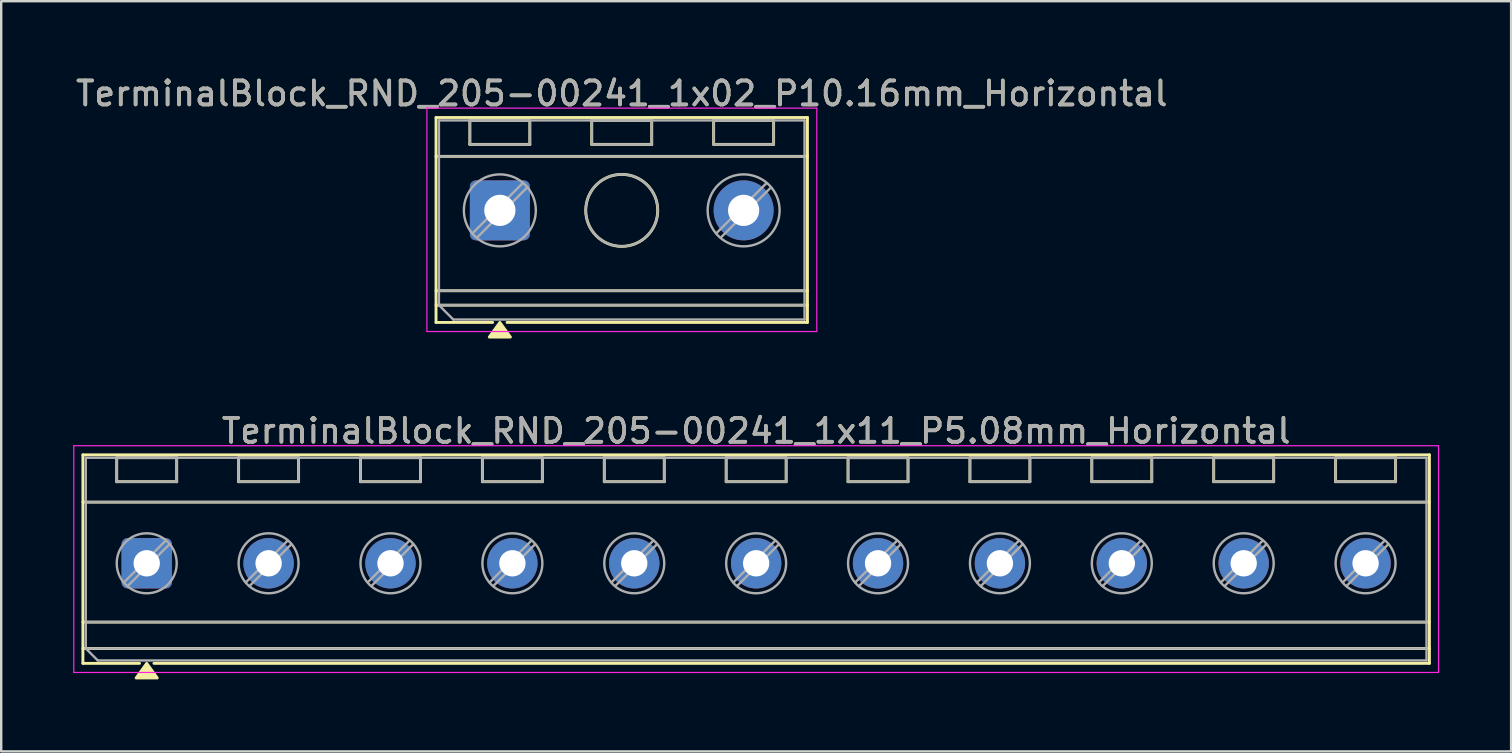
<source format=kicad_pcb>
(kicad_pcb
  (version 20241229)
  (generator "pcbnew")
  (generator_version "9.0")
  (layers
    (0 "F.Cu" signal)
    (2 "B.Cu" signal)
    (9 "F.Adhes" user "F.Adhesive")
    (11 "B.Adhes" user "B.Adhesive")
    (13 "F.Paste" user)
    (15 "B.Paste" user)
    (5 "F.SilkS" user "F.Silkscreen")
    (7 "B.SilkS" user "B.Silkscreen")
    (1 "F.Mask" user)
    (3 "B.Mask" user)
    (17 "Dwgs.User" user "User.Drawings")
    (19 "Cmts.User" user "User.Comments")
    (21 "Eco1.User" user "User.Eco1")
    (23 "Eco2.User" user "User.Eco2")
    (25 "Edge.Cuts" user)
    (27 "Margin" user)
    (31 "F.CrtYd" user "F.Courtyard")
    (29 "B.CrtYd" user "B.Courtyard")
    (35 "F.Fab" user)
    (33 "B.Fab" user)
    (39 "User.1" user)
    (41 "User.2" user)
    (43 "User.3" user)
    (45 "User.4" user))
  (footprint "TerminalBlock_RND_205-00241_1x11_P5.08mm_Horizontal"
    (layer "F.Cu")
    (at 3.065 20.427)
    (property "Reference" "TerminalBlock_RND_205-00241_1x11_P5.08mm_Horizontal" (at 25.4 -5.52 0) (layer "F.SilkS") (effects (font (size 1 1) (thickness 0.15))))
    (attr through_hole)
    (fp_line (start -2.66 -4.52) (end -2.66 4.17) (stroke (width 0.12) (type solid)) (layer "F.SilkS"))
    (fp_line (start -2.66 -4.52) (end 53.46 -4.52) (stroke (width 0.12) (type solid)) (layer "F.SilkS"))
    (fp_line (start -2.66 -2.55) (end 53.46 -2.55) (stroke (width 0.12) (type solid)) (layer "F.SilkS"))
    (fp_line (start -2.66 2.45) (end 53.46 2.45) (stroke (width 0.12) (type solid)) (layer "F.SilkS"))
    (fp_line (start -2.66 3.55) (end 53.46 3.55) (stroke (width 0.12) (type solid)) (layer "F.SilkS"))
    (fp_line (start -2.66 4.17) (end -0.3 4.17) (stroke (width 0.12) (type solid)) (layer "F.SilkS"))
    (fp_line (start -1.25 -4.4) (end -1.25 -3.4) (stroke (width 0.12) (type solid)) (layer "F.SilkS"))
    (fp_line (start -1.25 -4.4) (end 1.25 -4.4) (stroke (width 0.12) (type solid)) (layer "F.SilkS"))
    (fp_line (start -1.25 -3.4) (end 1.25 -3.4) (stroke (width 0.12) (type solid)) (layer "F.SilkS"))
    (fp_line (start 0.3 4.17) (end 53.46 4.17) (stroke (width 0.12) (type solid)) (layer "F.SilkS"))
    (fp_line (start 1.25 -4.4) (end 1.25 -3.4) (stroke (width 0.12) (type solid)) (layer "F.SilkS"))
    (fp_line (start 3.83 -4.4) (end 3.83 -3.4) (stroke (width 0.12) (type solid)) (layer "F.SilkS"))
    (fp_line (start 3.83 -4.4) (end 6.33 -4.4) (stroke (width 0.12) (type solid)) (layer "F.SilkS"))
    (fp_line (start 3.83 -3.4) (end 6.33 -3.4) (stroke (width 0.12) (type solid)) (layer "F.SilkS"))
    (fp_line (start 6.33 -4.4) (end 6.33 -3.4) (stroke (width 0.12) (type solid)) (layer "F.SilkS"))
    (fp_line (start 8.91 -4.4) (end 8.91 -3.4) (stroke (width 0.12) (type solid)) (layer "F.SilkS"))
    (fp_line (start 8.91 -4.4) (end 11.41 -4.4) (stroke (width 0.12) (type solid)) (layer "F.SilkS"))
    (fp_line (start 8.91 -3.4) (end 11.41 -3.4) (stroke (width 0.12) (type solid)) (layer "F.SilkS"))
    (fp_line (start 11.41 -4.4) (end 11.41 -3.4) (stroke (width 0.12) (type solid)) (layer "F.SilkS"))
    (fp_line (start 13.99 -4.4) (end 13.99 -3.4) (stroke (width 0.12) (type solid)) (layer "F.SilkS"))
    (fp_line (start 13.99 -4.4) (end 16.49 -4.4) (stroke (width 0.12) (type solid)) (layer "F.SilkS"))
    (fp_line (start 13.99 -3.4) (end 16.49 -3.4) (stroke (width 0.12) (type solid)) (layer "F.SilkS"))
    (fp_line (start 16.49 -4.4) (end 16.49 -3.4) (stroke (width 0.12) (type solid)) (layer "F.SilkS"))
    (fp_line (start 19.07 -4.4) (end 19.07 -3.4) (stroke (width 0.12) (type solid)) (layer "F.SilkS"))
    (fp_line (start 19.07 -4.4) (end 21.57 -4.4) (stroke (width 0.12) (type solid)) (layer "F.SilkS"))
    (fp_line (start 19.07 -3.4) (end 21.57 -3.4) (stroke (width 0.12) (type solid)) (layer "F.SilkS"))
    (fp_line (start 21.57 -4.4) (end 21.57 -3.4) (stroke (width 0.12) (type solid)) (layer "F.SilkS"))
    (fp_line (start 24.15 -4.4) (end 24.15 -3.4) (stroke (width 0.12) (type solid)) (layer "F.SilkS"))
    (fp_line (start 24.15 -4.4) (end 26.65 -4.4) (stroke (width 0.12) (type solid)) (layer "F.SilkS"))
    (fp_line (start 24.15 -3.4) (end 26.65 -3.4) (stroke (width 0.12) (type solid)) (layer "F.SilkS"))
    (fp_line (start 26.65 -4.4) (end 26.65 -3.4) (stroke (width 0.12) (type solid)) (layer "F.SilkS"))
    (fp_line (start 29.23 -4.4) (end 29.23 -3.4) (stroke (width 0.12) (type solid)) (layer "F.SilkS"))
    (fp_line (start 29.23 -4.4) (end 31.73 -4.4) (stroke (width 0.12) (type solid)) (layer "F.SilkS"))
    (fp_line (start 29.23 -3.4) (end 31.73 -3.4) (stroke (width 0.12) (type solid)) (layer "F.SilkS"))
    (fp_line (start 31.73 -4.4) (end 31.73 -3.4) (stroke (width 0.12) (type solid)) (layer "F.SilkS"))
    (fp_line (start 34.31 -4.4) (end 34.31 -3.4) (stroke (width 0.12) (type solid)) (layer "F.SilkS"))
    (fp_line (start 34.31 -4.4) (end 36.81 -4.4) (stroke (width 0.12) (type solid)) (layer "F.SilkS"))
    (fp_line (start 34.31 -3.4) (end 36.81 -3.4) (stroke (width 0.12) (type solid)) (layer "F.SilkS"))
    (fp_line (start 36.81 -4.4) (end 36.81 -3.4) (stroke (width 0.12) (type solid)) (layer "F.SilkS"))
    (fp_line (start 39.39 -4.4) (end 39.39 -3.4) (stroke (width 0.12) (type solid)) (layer "F.SilkS"))
    (fp_line (start 39.39 -4.4) (end 41.89 -4.4) (stroke (width 0.12) (type solid)) (layer "F.SilkS"))
    (fp_line (start 39.39 -3.4) (end 41.89 -3.4) (stroke (width 0.12) (type solid)) (layer "F.SilkS"))
    (fp_line (start 41.89 -4.4) (end 41.89 -3.4) (stroke (width 0.12) (type solid)) (layer "F.SilkS"))
    (fp_line (start 44.47 -4.4) (end 44.47 -3.4) (stroke (width 0.12) (type solid)) (layer "F.SilkS"))
    (fp_line (start 44.47 -4.4) (end 46.97 -4.4) (stroke (width 0.12) (type solid)) (layer "F.SilkS"))
    (fp_line (start 44.47 -3.4) (end 46.97 -3.4) (stroke (width 0.12) (type solid)) (layer "F.SilkS"))
    (fp_line (start 46.97 -4.4) (end 46.97 -3.4) (stroke (width 0.12) (type solid)) (layer "F.SilkS"))
    (fp_line (start 49.55 -4.4) (end 49.55 -3.4) (stroke (width 0.12) (type solid)) (layer "F.SilkS"))
    (fp_line (start 49.55 -4.4) (end 52.05 -4.4) (stroke (width 0.12) (type solid)) (layer "F.SilkS"))
    (fp_line (start 49.55 -3.4) (end 52.05 -3.4) (stroke (width 0.12) (type solid)) (layer "F.SilkS"))
    (fp_line (start 52.05 -4.4) (end 52.05 -3.4) (stroke (width 0.12) (type solid)) (layer "F.SilkS"))
    (fp_line (start 53.46 -4.52) (end 53.46 4.17) (stroke (width 0.12) (type solid)) (layer "F.SilkS"))
    (fp_poly (pts (xy 0 4.17) (xy 0.44 4.78) (xy -0.44 4.78)) (stroke (width 0.12) (type solid)) (fill yes) (layer "F.SilkS"))
    (fp_line (start -3.04 -4.9) (end -3.04 4.55) (stroke (width 0.05) (type solid)) (layer "F.CrtYd"))
    (fp_line (start -3.04 4.55) (end 53.84 4.55) (stroke (width 0.05) (type solid)) (layer "F.CrtYd"))
    (fp_line (start 53.84 -4.9) (end -3.04 -4.9) (stroke (width 0.05) (type solid)) (layer "F.CrtYd"))
    (fp_line (start 53.84 4.55) (end 53.84 -4.9) (stroke (width 0.05) (type solid)) (layer "F.CrtYd"))
    (fp_line (start -2.54 -4.4) (end 53.34 -4.4) (stroke (width 0.1) (type solid)) (layer "F.Fab"))
    (fp_line (start -2.54 -2.55) (end 53.34 -2.55) (stroke (width 0.1) (type solid)) (layer "F.Fab"))
    (fp_line (start -2.54 2.45) (end 53.34 2.45) (stroke (width 0.1) (type solid)) (layer "F.Fab"))
    (fp_line (start -2.54 3.55) (end -2.54 -4.4) (stroke (width 0.1) (type solid)) (layer "F.Fab"))
    (fp_line (start -2.54 3.55) (end 53.34 3.55) (stroke (width 0.1) (type solid)) (layer "F.Fab"))
    (fp_line (start -2.04 4.05) (end -2.54 3.55) (stroke (width 0.1) (type solid)) (layer "F.Fab"))
    (fp_line (start -1.25 -4.4) (end -1.25 -3.4) (stroke (width 0.1) (type solid)) (layer "F.Fab"))
    (fp_line (start -1.25 -3.4) (end 1.25 -3.4) (stroke (width 0.1) (type solid)) (layer "F.Fab"))
    (fp_line (start 0.796 -0.948) (end -0.948 0.795) (stroke (width 0.1) (type solid)) (layer "F.Fab"))
    (fp_line (start 0.948 -0.795) (end -0.796 0.948) (stroke (width 0.1) (type solid)) (layer "F.Fab"))
    (fp_line (start 1.25 -4.4) (end -1.25 -4.4) (stroke (width 0.1) (type solid)) (layer "F.Fab"))
    (fp_line (start 1.25 -3.4) (end 1.25 -4.4) (stroke (width 0.1) (type solid)) (layer "F.Fab"))
    (fp_line (start 3.83 -4.4) (end 3.83 -3.4) (stroke (width 0.1) (type solid)) (layer "F.Fab"))
    (fp_line (start 3.83 -3.4) (end 6.33 -3.4) (stroke (width 0.1) (type solid)) (layer "F.Fab"))
    (fp_line (start 5.876 -0.948) (end 4.132 0.795) (stroke (width 0.1) (type solid)) (layer "F.Fab"))
    (fp_line (start 6.028 -0.795) (end 4.284 0.948) (stroke (width 0.1) (type solid)) (layer "F.Fab"))
    (fp_line (start 6.33 -4.4) (end 3.83 -4.4) (stroke (width 0.1) (type solid)) (layer "F.Fab"))
    (fp_line (start 6.33 -3.4) (end 6.33 -4.4) (stroke (width 0.1) (type solid)) (layer "F.Fab"))
    (fp_line (start 8.91 -4.4) (end 8.91 -3.4) (stroke (width 0.1) (type solid)) (layer "F.Fab"))
    (fp_line (start 8.91 -3.4) (end 11.41 -3.4) (stroke (width 0.1) (type solid)) (layer "F.Fab"))
    (fp_line (start 10.956 -0.948) (end 9.212 0.795) (stroke (width 0.1) (type solid)) (layer "F.Fab"))
    (fp_line (start 11.108 -0.795) (end 9.364 0.948) (stroke (width 0.1) (type solid)) (layer "F.Fab"))
    (fp_line (start 11.41 -4.4) (end 8.91 -4.4) (stroke (width 0.1) (type solid)) (layer "F.Fab"))
    (fp_line (start 11.41 -3.4) (end 11.41 -4.4) (stroke (width 0.1) (type solid)) (layer "F.Fab"))
    (fp_line (start 13.99 -4.4) (end 13.99 -3.4) (stroke (width 0.1) (type solid)) (layer "F.Fab"))
    (fp_line (start 13.99 -3.4) (end 16.49 -3.4) (stroke (width 0.1) (type solid)) (layer "F.Fab"))
    (fp_line (start 16.036 -0.948) (end 14.292 0.795) (stroke (width 0.1) (type solid)) (layer "F.Fab"))
    (fp_line (start 16.188 -0.795) (end 14.444 0.948) (stroke (width 0.1) (type solid)) (layer "F.Fab"))
    (fp_line (start 16.49 -4.4) (end 13.99 -4.4) (stroke (width 0.1) (type solid)) (layer "F.Fab"))
    (fp_line (start 16.49 -3.4) (end 16.49 -4.4) (stroke (width 0.1) (type solid)) (layer "F.Fab"))
    (fp_line (start 19.07 -4.4) (end 19.07 -3.4) (stroke (width 0.1) (type solid)) (layer "F.Fab"))
    (fp_line (start 19.07 -3.4) (end 21.57 -3.4) (stroke (width 0.1) (type solid)) (layer "F.Fab"))
    (fp_line (start 21.116 -0.948) (end 19.372 0.795) (stroke (width 0.1) (type solid)) (layer "F.Fab"))
    (fp_line (start 21.268 -0.795) (end 19.524 0.948) (stroke (width 0.1) (type solid)) (layer "F.Fab"))
    (fp_line (start 21.57 -4.4) (end 19.07 -4.4) (stroke (width 0.1) (type solid)) (layer "F.Fab"))
    (fp_line (start 21.57 -3.4) (end 21.57 -4.4) (stroke (width 0.1) (type solid)) (layer "F.Fab"))
    (fp_line (start 24.15 -4.4) (end 24.15 -3.4) (stroke (width 0.1) (type solid)) (layer "F.Fab"))
    (fp_line (start 24.15 -3.4) (end 26.65 -3.4) (stroke (width 0.1) (type solid)) (layer "F.Fab"))
    (fp_line (start 26.196 -0.948) (end 24.452 0.795) (stroke (width 0.1) (type solid)) (layer "F.Fab"))
    (fp_line (start 26.348 -0.795) (end 24.604 0.948) (stroke (width 0.1) (type solid)) (layer "F.Fab"))
    (fp_line (start 26.65 -4.4) (end 24.15 -4.4) (stroke (width 0.1) (type solid)) (layer "F.Fab"))
    (fp_line (start 26.65 -3.4) (end 26.65 -4.4) (stroke (width 0.1) (type solid)) (layer "F.Fab"))
    (fp_line (start 29.23 -4.4) (end 29.23 -3.4) (stroke (width 0.1) (type solid)) (layer "F.Fab"))
    (fp_line (start 29.23 -3.4) (end 31.73 -3.4) (stroke (width 0.1) (type solid)) (layer "F.Fab"))
    (fp_line (start 31.276 -0.948) (end 29.532 0.795) (stroke (width 0.1) (type solid)) (layer "F.Fab"))
    (fp_line (start 31.428 -0.795) (end 29.684 0.948) (stroke (width 0.1) (type solid)) (layer "F.Fab"))
    (fp_line (start 31.73 -4.4) (end 29.23 -4.4) (stroke (width 0.1) (type solid)) (layer "F.Fab"))
    (fp_line (start 31.73 -3.4) (end 31.73 -4.4) (stroke (width 0.1) (type solid)) (layer "F.Fab"))
    (fp_line (start 34.31 -4.4) (end 34.31 -3.4) (stroke (width 0.1) (type solid)) (layer "F.Fab"))
    (fp_line (start 34.31 -3.4) (end 36.81 -3.4) (stroke (width 0.1) (type solid)) (layer "F.Fab"))
    (fp_line (start 36.356 -0.948) (end 34.612 0.795) (stroke (width 0.1) (type solid)) (layer "F.Fab"))
    (fp_line (start 36.508 -0.795) (end 34.764 0.948) (stroke (width 0.1) (type solid)) (layer "F.Fab"))
    (fp_line (start 36.81 -4.4) (end 34.31 -4.4) (stroke (width 0.1) (type solid)) (layer "F.Fab"))
    (fp_line (start 36.81 -3.4) (end 36.81 -4.4) (stroke (width 0.1) (type solid)) (layer "F.Fab"))
    (fp_line (start 39.39 -4.4) (end 39.39 -3.4) (stroke (width 0.1) (type solid)) (layer "F.Fab"))
    (fp_line (start 39.39 -3.4) (end 41.89 -3.4) (stroke (width 0.1) (type solid)) (layer "F.Fab"))
    (fp_line (start 41.436 -0.948) (end 39.692 0.795) (stroke (width 0.1) (type solid)) (layer "F.Fab"))
    (fp_line (start 41.588 -0.795) (end 39.844 0.948) (stroke (width 0.1) (type solid)) (layer "F.Fab"))
    (fp_line (start 41.89 -4.4) (end 39.39 -4.4) (stroke (width 0.1) (type solid)) (layer "F.Fab"))
    (fp_line (start 41.89 -3.4) (end 41.89 -4.4) (stroke (width 0.1) (type solid)) (layer "F.Fab"))
    (fp_line (start 44.47 -4.4) (end 44.47 -3.4) (stroke (width 0.1) (type solid)) (layer "F.Fab"))
    (fp_line (start 44.47 -3.4) (end 46.97 -3.4) (stroke (width 0.1) (type solid)) (layer "F.Fab"))
    (fp_line (start 46.516 -0.948) (end 44.772 0.795) (stroke (width 0.1) (type solid)) (layer "F.Fab"))
    (fp_line (start 46.668 -0.795) (end 44.924 0.948) (stroke (width 0.1) (type solid)) (layer "F.Fab"))
    (fp_line (start 46.97 -4.4) (end 44.47 -4.4) (stroke (width 0.1) (type solid)) (layer "F.Fab"))
    (fp_line (start 46.97 -3.4) (end 46.97 -4.4) (stroke (width 0.1) (type solid)) (layer "F.Fab"))
    (fp_line (start 49.55 -4.4) (end 49.55 -3.4) (stroke (width 0.1) (type solid)) (layer "F.Fab"))
    (fp_line (start 49.55 -3.4) (end 52.05 -3.4) (stroke (width 0.1) (type solid)) (layer "F.Fab"))
    (fp_line (start 51.596 -0.948) (end 49.852 0.795) (stroke (width 0.1) (type solid)) (layer "F.Fab"))
    (fp_line (start 51.748 -0.795) (end 50.004 0.948) (stroke (width 0.1) (type solid)) (layer "F.Fab"))
    (fp_line (start 52.05 -4.4) (end 49.55 -4.4) (stroke (width 0.1) (type solid)) (layer "F.Fab"))
    (fp_line (start 52.05 -3.4) (end 52.05 -4.4) (stroke (width 0.1) (type solid)) (layer "F.Fab"))
    (fp_line (start 53.34 -4.4) (end 53.34 4.05) (stroke (width 0.1) (type solid)) (layer "F.Fab"))
    (fp_line (start 53.34 4.05) (end -2.04 4.05) (stroke (width 0.1) (type solid)) (layer "F.Fab"))
    (fp_circle (center 0 0) (end 1.25 0) (stroke (width 0.1) (type solid)) (fill no) (layer "F.Fab"))
    (fp_circle (center 5.08 0) (end 6.33 0) (stroke (width 0.1) (type solid)) (fill no) (layer "F.Fab"))
    (fp_circle (center 10.16 0) (end 11.41 0) (stroke (width 0.1) (type solid)) (fill no) (layer "F.Fab"))
    (fp_circle (center 15.24 0) (end 16.49 0) (stroke (width 0.1) (type solid)) (fill no) (layer "F.Fab"))
    (fp_circle (center 20.32 0) (end 21.57 0) (stroke (width 0.1) (type solid)) (fill no) (layer "F.Fab"))
    (fp_circle (center 25.4 0) (end 26.65 0) (stroke (width 0.1) (type solid)) (fill no) (layer "F.Fab"))
    (fp_circle (center 30.48 0) (end 31.73 0) (stroke (width 0.1) (type solid)) (fill no) (layer "F.Fab"))
    (fp_circle (center 35.56 0) (end 36.81 0) (stroke (width 0.1) (type solid)) (fill no) (layer "F.Fab"))
    (fp_circle (center 40.64 0) (end 41.89 0) (stroke (width 0.1) (type solid)) (fill no) (layer "F.Fab"))
    (fp_circle (center 45.72 0) (end 46.97 0) (stroke (width 0.1) (type solid)) (fill no) (layer "F.Fab"))
    (fp_circle (center 50.8 0) (end 52.05 0) (stroke (width 0.1) (type solid)) (fill no) (layer "F.Fab"))
    (fp_text user "${REFERENCE}" (at 25.4 -5.52 0) (layer "F.Fab") (effects (font (size 1 1) (thickness 0.15))))
    (pad "1" thru_hole roundrect (at 0 0) (size 2.1 2.1) (drill 1.1) (layers "*.Cu" "*.Mask") (roundrect_rratio 0.119))
    (pad "2" thru_hole circle (at 5.08 0) (size 2.1 2.1) (drill 1.1) (layers "*.Cu" "*.Mask"))
    (pad "3" thru_hole circle (at 10.16 0) (size 2.1 2.1) (drill 1.1) (layers "*.Cu" "*.Mask"))
    (pad "4" thru_hole circle (at 15.24 0) (size 2.1 2.1) (drill 1.1) (layers "*.Cu" "*.Mask"))
    (pad "5" thru_hole circle (at 20.32 0) (size 2.1 2.1) (drill 1.1) (layers "*.Cu" "*.Mask"))
    (pad "6" thru_hole circle (at 25.4 0) (size 2.1 2.1) (drill 1.1) (layers "*.Cu" "*.Mask"))
    (pad "7" thru_hole circle (at 30.48 0) (size 2.1 2.1) (drill 1.1) (layers "*.Cu" "*.Mask"))
    (pad "8" thru_hole circle (at 35.56 0) (size 2.1 2.1) (drill 1.1) (layers "*.Cu" "*.Mask"))
    (pad "9" thru_hole circle (at 40.64 0) (size 2.1 2.1) (drill 1.1) (layers "*.Cu" "*.Mask"))
    (pad "10" thru_hole circle (at 45.72 0) (size 2.1 2.1) (drill 1.1) (layers "*.Cu" "*.Mask"))
    (pad "11" thru_hole circle (at 50.8 0) (size 2.1 2.1) (drill 1.1) (layers "*.Cu" "*.Mask")))
  (footprint "TerminalBlock_RND_205-00241_1x02_P10.16mm_Horizontal"
    (layer "F.Cu")
    (at 17.783 5.718)
    (property "Reference" "TerminalBlock_RND_205-00241_1x02_P10.16mm_Horizontal" (at 5.08 -4.87 0) (layer "F.SilkS") (effects (font (size 1 1) (thickness 0.15))))
    (attr through_hole)
    (fp_line (start -2.66 -3.87) (end -2.66 4.67) (stroke (width 0.12) (type solid)) (layer "F.SilkS"))
    (fp_line (start -2.66 -3.87) (end 12.82 -3.87) (stroke (width 0.12) (type solid)) (layer "F.SilkS"))
    (fp_line (start -2.66 -2.25) (end 12.82 -2.25) (stroke (width 0.12) (type solid)) (layer "F.SilkS"))
    (fp_line (start -2.66 3.35) (end 12.82 3.35) (stroke (width 0.12) (type solid)) (layer "F.SilkS"))
    (fp_line (start -2.66 3.95) (end 12.82 3.95) (stroke (width 0.12) (type solid)) (layer "F.SilkS"))
    (fp_line (start -2.66 4.67) (end -0.3 4.67) (stroke (width 0.12) (type solid)) (layer "F.SilkS"))
    (fp_line (start -1.25 -3.75) (end -1.25 -2.75) (stroke (width 0.12) (type solid)) (layer "F.SilkS"))
    (fp_line (start -1.25 -3.75) (end 1.25 -3.75) (stroke (width 0.12) (type solid)) (layer "F.SilkS"))
    (fp_line (start -1.25 -2.75) (end 1.25 -2.75) (stroke (width 0.12) (type solid)) (layer "F.SilkS"))
    (fp_line (start 0.3 4.67) (end 12.82 4.67) (stroke (width 0.12) (type solid)) (layer "F.SilkS"))
    (fp_line (start 1.25 -3.75) (end 1.25 -2.75) (stroke (width 0.12) (type solid)) (layer "F.SilkS"))
    (fp_line (start 3.83 -3.75) (end 3.83 -2.75) (stroke (width 0.12) (type solid)) (layer "F.SilkS"))
    (fp_line (start 3.83 -3.75) (end 6.33 -3.75) (stroke (width 0.12) (type solid)) (layer "F.SilkS"))
    (fp_line (start 3.83 -2.75) (end 6.33 -2.75) (stroke (width 0.12) (type solid)) (layer "F.SilkS"))
    (fp_line (start 6.33 -3.75) (end 6.33 -2.75) (stroke (width 0.12) (type solid)) (layer "F.SilkS"))
    (fp_line (start 8.91 -3.75) (end 8.91 -2.75) (stroke (width 0.12) (type solid)) (layer "F.SilkS"))
    (fp_line (start 8.91 -3.75) (end 11.41 -3.75) (stroke (width 0.12) (type solid)) (layer "F.SilkS"))
    (fp_line (start 8.91 -2.75) (end 11.41 -2.75) (stroke (width 0.12) (type solid)) (layer "F.SilkS"))
    (fp_line (start 11.41 -3.75) (end 11.41 -2.75) (stroke (width 0.12) (type solid)) (layer "F.SilkS"))
    (fp_line (start 12.82 -3.87) (end 12.82 4.67) (stroke (width 0.12) (type solid)) (layer "F.SilkS"))
    (fp_circle (center 5.08 0) (end 6.58 0) (stroke (width 0.12) (type solid)) (fill no) (layer "F.SilkS"))
    (fp_poly (pts (xy 0 4.67) (xy 0.44 5.28) (xy -0.44 5.28)) (stroke (width 0.12) (type solid)) (fill yes) (layer "F.SilkS"))
    (fp_line (start -3.04 -4.26) (end -3.04 5.05) (stroke (width 0.05) (type solid)) (layer "F.CrtYd"))
    (fp_line (start -3.04 5.05) (end 13.21 5.05) (stroke (width 0.05) (type solid)) (layer "F.CrtYd"))
    (fp_line (start 13.21 -4.26) (end -3.04 -4.26) (stroke (width 0.05) (type solid)) (layer "F.CrtYd"))
    (fp_line (start 13.21 5.05) (end 13.21 -4.26) (stroke (width 0.05) (type solid)) (layer "F.CrtYd"))
    (fp_line (start -2.54 -3.75) (end 12.7 -3.75) (stroke (width 0.1) (type solid)) (layer "F.Fab"))
    (fp_line (start -2.54 -2.25) (end 12.7 -2.25) (stroke (width 0.1) (type solid)) (layer "F.Fab"))
    (fp_line (start -2.54 3.35) (end 12.7 3.35) (stroke (width 0.1) (type solid)) (layer "F.Fab"))
    (fp_line (start -2.54 3.95) (end -2.54 -3.75) (stroke (width 0.1) (type solid)) (layer "F.Fab"))
    (fp_line (start -2.54 3.95) (end 12.7 3.95) (stroke (width 0.1) (type solid)) (layer "F.Fab"))
    (fp_line (start -1.94 4.55) (end -2.54 3.95) (stroke (width 0.1) (type solid)) (layer "F.Fab"))
    (fp_line (start -1.25 -3.75) (end -1.25 -2.75) (stroke (width 0.1) (type solid)) (layer "F.Fab"))
    (fp_line (start -1.25 -2.75) (end 1.25 -2.75) (stroke (width 0.1) (type solid)) (layer "F.Fab"))
    (fp_line (start 0.955 -1.138) (end -1.138 0.954) (stroke (width 0.1) (type solid)) (layer "F.Fab"))
    (fp_line (start 1.138 -0.954) (end -0.955 1.137) (stroke (width 0.1) (type solid)) (layer "F.Fab"))
    (fp_line (start 1.25 -3.75) (end -1.25 -3.75) (stroke (width 0.1) (type solid)) (layer "F.Fab"))
    (fp_line (start 1.25 -2.75) (end 1.25 -3.75) (stroke (width 0.1) (type solid)) (layer "F.Fab"))
    (fp_line (start 3.83 -3.75) (end 3.83 -2.75) (stroke (width 0.1) (type solid)) (layer "F.Fab"))
    (fp_line (start 3.83 -2.75) (end 6.33 -2.75) (stroke (width 0.1) (type solid)) (layer "F.Fab"))
    (fp_line (start 6.33 -3.75) (end 3.83 -3.75) (stroke (width 0.1) (type solid)) (layer "F.Fab"))
    (fp_line (start 6.33 -2.75) (end 6.33 -3.75) (stroke (width 0.1) (type solid)) (layer "F.Fab"))
    (fp_line (start 8.91 -3.75) (end 8.91 -2.75) (stroke (width 0.1) (type solid)) (layer "F.Fab"))
    (fp_line (start 8.91 -2.75) (end 11.41 -2.75) (stroke (width 0.1) (type solid)) (layer "F.Fab"))
    (fp_line (start 11.115 -1.138) (end 9.022 0.954) (stroke (width 0.1) (type solid)) (layer "F.Fab"))
    (fp_line (start 11.298 -0.954) (end 9.205 1.137) (stroke (width 0.1) (type solid)) (layer "F.Fab"))
    (fp_line (start 11.41 -3.75) (end 8.91 -3.75) (stroke (width 0.1) (type solid)) (layer "F.Fab"))
    (fp_line (start 11.41 -2.75) (end 11.41 -3.75) (stroke (width 0.1) (type solid)) (layer "F.Fab"))
    (fp_line (start 12.7 -3.75) (end 12.7 4.55) (stroke (width 0.1) (type solid)) (layer "F.Fab"))
    (fp_line (start 12.7 4.55) (end -1.94 4.55) (stroke (width 0.1) (type solid)) (layer "F.Fab"))
    (fp_circle (center 0 0) (end 1.5 0) (stroke (width 0.1) (type solid)) (fill no) (layer "F.Fab"))
    (fp_circle (center 5.08 0) (end 6.58 0) (stroke (width 0.1) (type solid)) (fill no) (layer "F.Fab"))
    (fp_circle (center 10.16 0) (end 11.66 0) (stroke (width 0.1) (type solid)) (fill no) (layer "F.Fab"))
    (fp_text user "${REFERENCE}" (at 5.08 -4.87 0) (layer "F.Fab") (effects (font (size 1 1) (thickness 0.15))))
    (pad "1" thru_hole roundrect (at 0 0) (size 2.5 2.5) (drill 1.3) (layers "*.Cu" "*.Mask") (roundrect_rratio 0.1))
    (pad "2" thru_hole circle (at 10.16 0) (size 2.5 2.5) (drill 1.3) (layers "*.Cu" "*.Mask")))
  (gr_rect
    (start -3 -3)
    (end 59.93 28.267)
    (stroke (width 0.1) (type default))
    (fill no)
    (layer "Edge.Cuts")))
</source>
